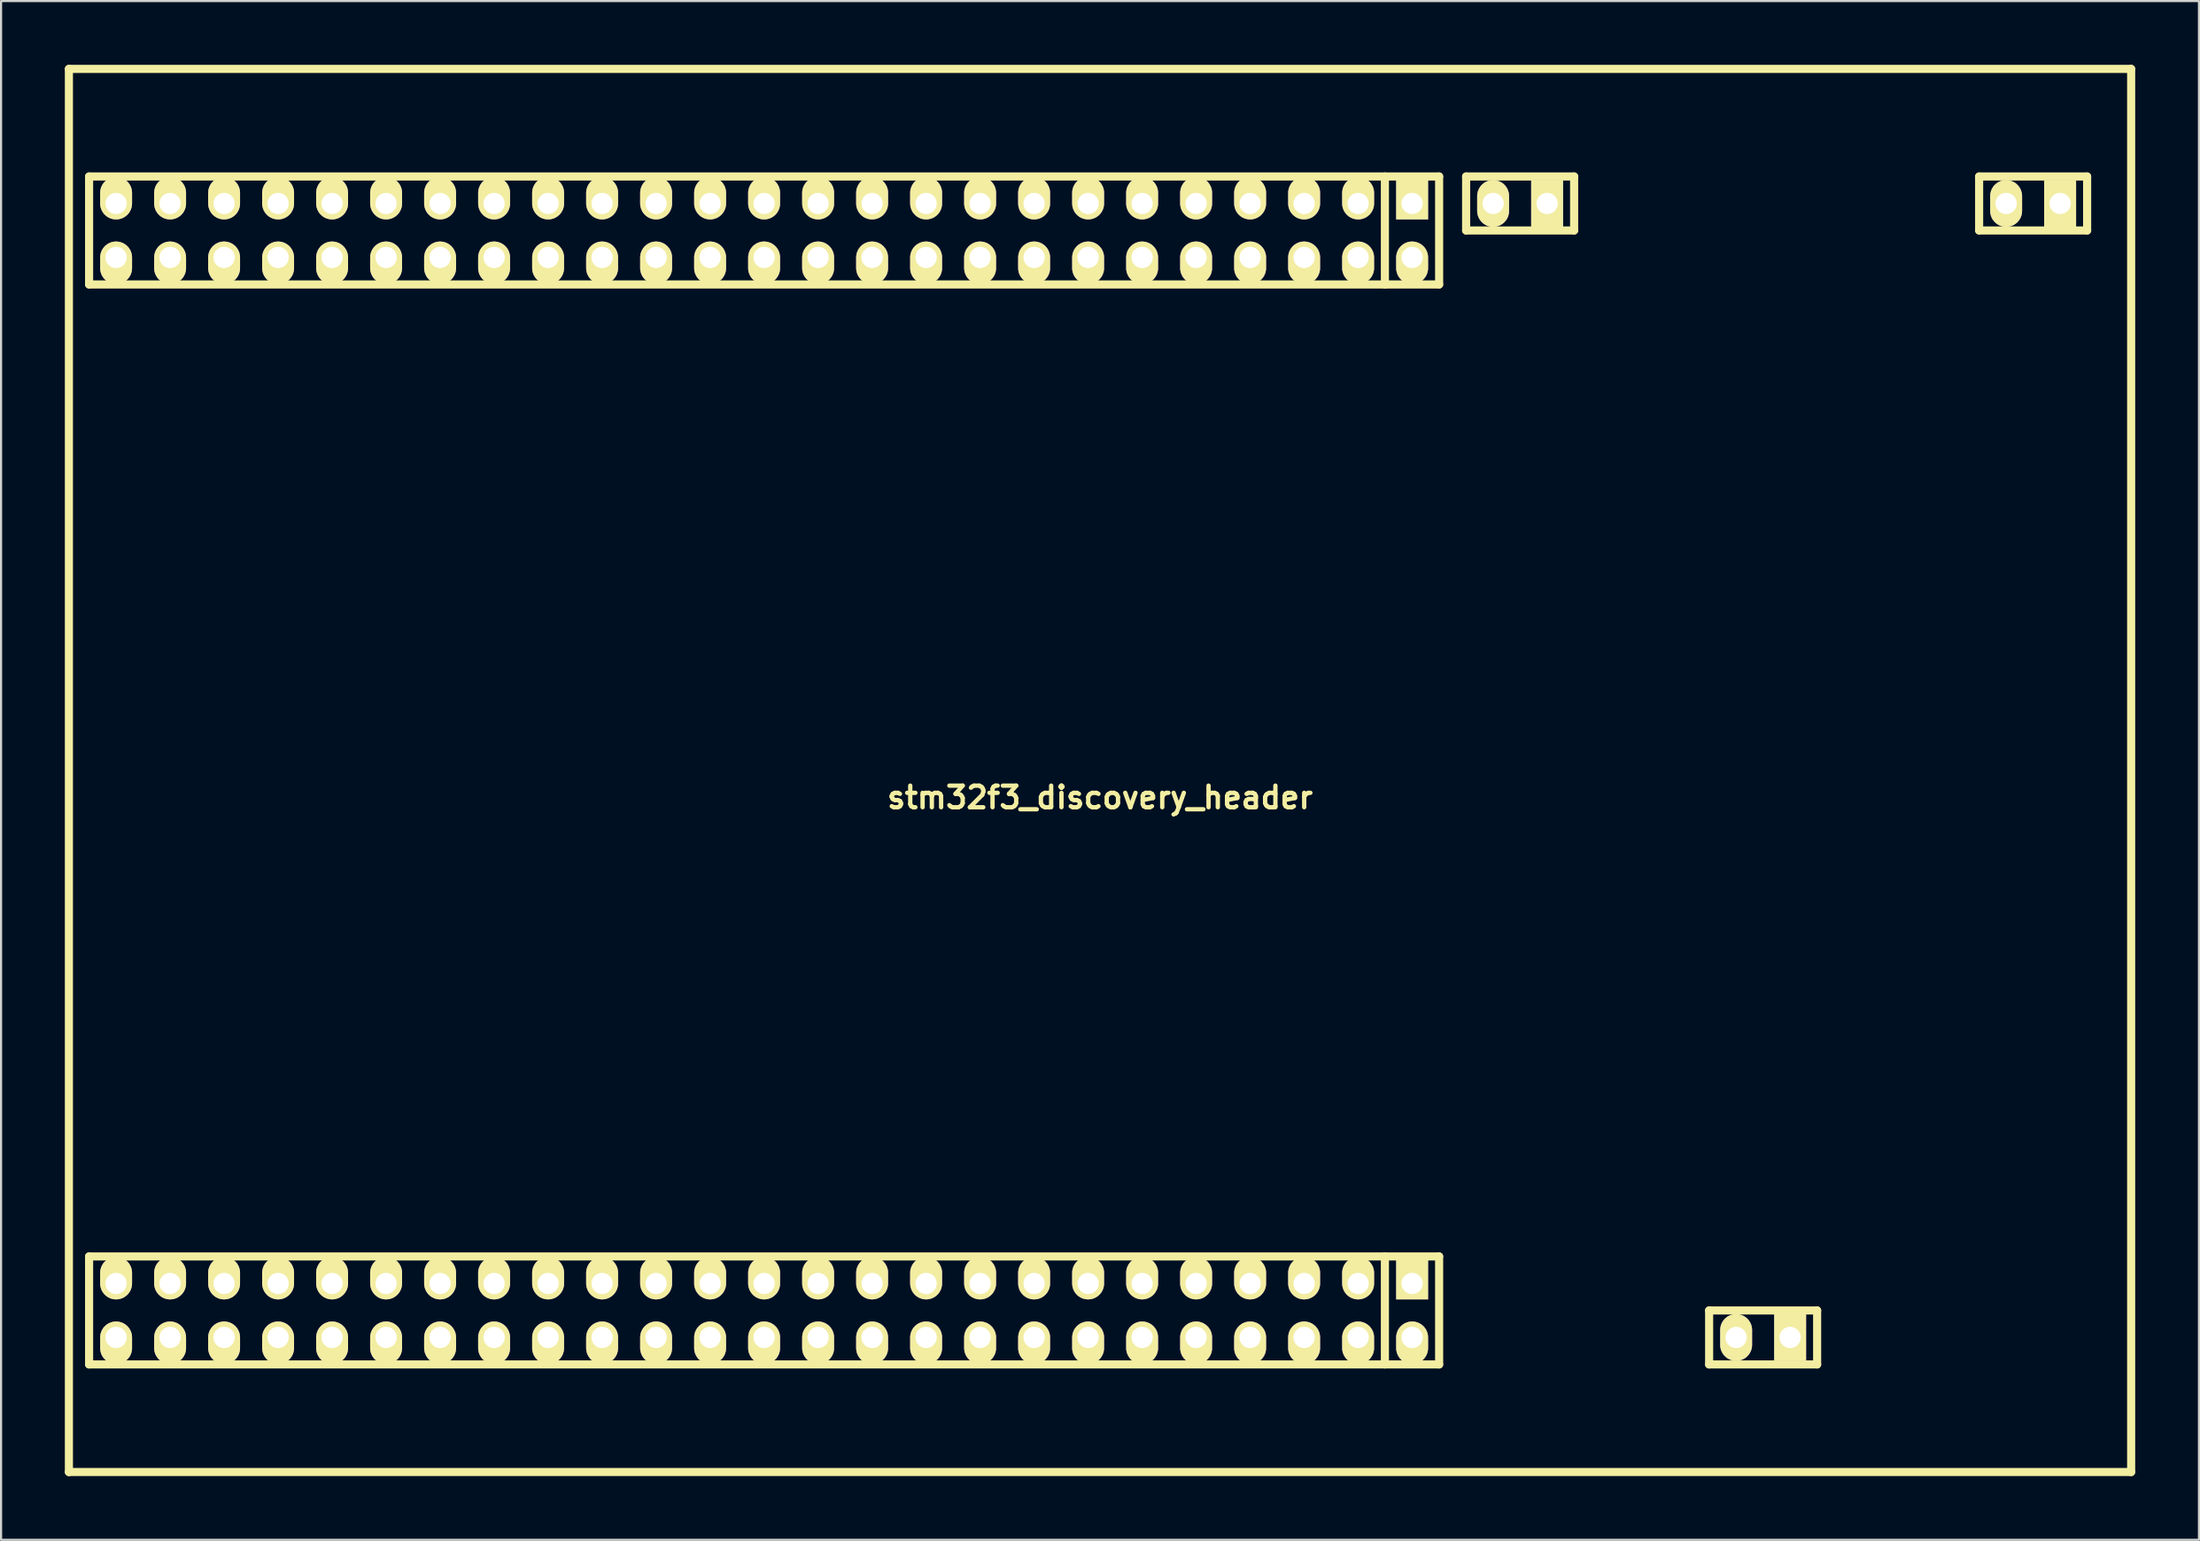
<source format=kicad_pcb>
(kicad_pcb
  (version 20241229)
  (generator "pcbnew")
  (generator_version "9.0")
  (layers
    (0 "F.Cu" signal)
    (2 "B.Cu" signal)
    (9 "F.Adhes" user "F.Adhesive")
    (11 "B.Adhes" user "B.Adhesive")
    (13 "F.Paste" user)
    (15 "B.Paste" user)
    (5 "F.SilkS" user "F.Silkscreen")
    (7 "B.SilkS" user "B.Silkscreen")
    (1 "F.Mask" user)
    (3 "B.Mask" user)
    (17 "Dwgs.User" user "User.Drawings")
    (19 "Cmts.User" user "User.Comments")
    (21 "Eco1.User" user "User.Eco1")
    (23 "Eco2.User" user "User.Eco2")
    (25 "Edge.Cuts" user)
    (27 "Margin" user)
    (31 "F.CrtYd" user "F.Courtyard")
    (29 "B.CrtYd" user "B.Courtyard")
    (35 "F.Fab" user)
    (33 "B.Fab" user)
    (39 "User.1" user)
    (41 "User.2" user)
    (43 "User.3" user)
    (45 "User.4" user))
  (footprint "stm32f3_discovery_header"
    (layer "F.Cu")
    (at 48.691 33.191)
    (property "Reference" "stm32f3_discovery_header" (at 0 1.27 0) (layer "F.SilkS") (effects (font (size 1.016 1.016) (thickness 0.203))))
    (attr through_hole)
    (fp_line (start -48.5 33) (end -48.5 -33) (stroke (width 0.381) (type solid)) (layer "F.SilkS"))
    (fp_line (start -48.5 33) (end 48.5 33) (stroke (width 0.381) (type solid)) (layer "F.SilkS"))
    (fp_line (start -47.55 -27.94) (end -47.55 -22.86) (stroke (width 0.381) (type solid)) (layer "F.SilkS"))
    (fp_line (start -47.55 -27.94) (end 15.95 -27.94) (stroke (width 0.381) (type solid)) (layer "F.SilkS"))
    (fp_line (start -47.55 -22.86) (end 15.95 -22.86) (stroke (width 0.381) (type solid)) (layer "F.SilkS"))
    (fp_line (start -47.55 22.86) (end -47.55 27.94) (stroke (width 0.381) (type solid)) (layer "F.SilkS"))
    (fp_line (start -47.55 22.86) (end 15.95 22.86) (stroke (width 0.381) (type solid)) (layer "F.SilkS"))
    (fp_line (start -47.55 27.94) (end 15.95 27.94) (stroke (width 0.381) (type solid)) (layer "F.SilkS"))
    (fp_line (start 13.399 -27.94) (end 13.399 -22.86) (stroke (width 0.381) (type solid)) (layer "F.SilkS"))
    (fp_line (start 13.399 22.86) (end 13.399 27.94) (stroke (width 0.381) (type solid)) (layer "F.SilkS"))
    (fp_line (start 15.95 -27.94) (end 15.95 -22.86) (stroke (width 0.381) (type solid)) (layer "F.SilkS"))
    (fp_line (start 15.95 22.86) (end 15.95 27.94) (stroke (width 0.381) (type solid)) (layer "F.SilkS"))
    (fp_line (start 17.22 -27.94) (end 17.22 -25.4) (stroke (width 0.381) (type solid)) (layer "F.SilkS"))
    (fp_line (start 17.22 -25.4) (end 22.3 -25.4) (stroke (width 0.381) (type solid)) (layer "F.SilkS"))
    (fp_line (start 22.3 -27.94) (end 17.22 -27.94) (stroke (width 0.381) (type solid)) (layer "F.SilkS"))
    (fp_line (start 22.3 -25.4) (end 22.3 -27.94) (stroke (width 0.381) (type solid)) (layer "F.SilkS"))
    (fp_line (start 28.65 25.4) (end 28.65 27.94) (stroke (width 0.381) (type solid)) (layer "F.SilkS"))
    (fp_line (start 28.65 27.94) (end 33.73 27.94) (stroke (width 0.381) (type solid)) (layer "F.SilkS"))
    (fp_line (start 33.73 25.4) (end 28.65 25.4) (stroke (width 0.381) (type solid)) (layer "F.SilkS"))
    (fp_line (start 33.73 27.94) (end 33.73 25.4) (stroke (width 0.381) (type solid)) (layer "F.SilkS"))
    (fp_line (start 41.35 -27.94) (end 41.35 -25.4) (stroke (width 0.381) (type solid)) (layer "F.SilkS"))
    (fp_line (start 41.35 -25.4) (end 46.43 -25.4) (stroke (width 0.381) (type solid)) (layer "F.SilkS"))
    (fp_line (start 46.43 -27.94) (end 41.35 -27.94) (stroke (width 0.381) (type solid)) (layer "F.SilkS"))
    (fp_line (start 46.43 -25.4) (end 46.43 -27.94) (stroke (width 0.381) (type solid)) (layer "F.SilkS"))
    (fp_line (start 48.5 -33) (end -48.5 -33) (stroke (width 0.381) (type solid)) (layer "F.SilkS"))
    (fp_line (start 48.5 33) (end 48.5 -33) (stroke (width 0.381) (type solid)) (layer "F.SilkS"))
    (pad "1" thru_hole rect (at 14.68 -26.67) (size 1.5 2) (drill 1.001 (offset 0 -0.25)) (layers "*.Cu" "*.Mask" "F.SilkS"))
    (pad "2" thru_hole oval (at 14.68 -24.13) (size 1.5 2) (drill 1.001 (offset 0 0.25)) (layers "*.Cu" "*.Mask" "F.SilkS"))
    (pad "3" thru_hole oval (at 12.14 -26.67) (size 1.5 2) (drill 0.998 (offset 0 -0.25)) (layers "*.Cu" "*.Mask" "F.SilkS"))
    (pad "3" thru_hole oval (at 42.62 -26.67) (size 1.5 2.2) (drill 1.001) (layers "*.Cu" "*.Mask" "F.SilkS"))
    (pad "3" thru_hole rect (at 45.16 -26.67) (size 1.5 2.2) (drill 1.001) (layers "*.Cu" "*.Mask" "F.SilkS"))
    (pad "4" thru_hole oval (at 12.14 -24.13) (size 1.5 2) (drill 1.001 (offset 0 0.25)) (layers "*.Cu" "*.Mask" "F.SilkS"))
    (pad "5" thru_hole oval (at 9.6 -26.67) (size 1.5 2) (drill 0.998 (offset 0 -0.25)) (layers "*.Cu" "*.Mask" "F.SilkS"))
    (pad "6" thru_hole oval (at 9.6 -24.13) (size 1.5 2) (drill 1.001 (offset 0 0.25)) (layers "*.Cu" "*.Mask" "F.SilkS"))
    (pad "7" thru_hole oval (at 7.06 -26.67) (size 1.5 2) (drill 0.998 (offset 0 -0.25)) (layers "*.Cu" "*.Mask" "F.SilkS"))
    (pad "8" thru_hole oval (at 7.06 -24.13) (size 1.5 2) (drill 1.001 (offset 0 0.25)) (layers "*.Cu" "*.Mask" "F.SilkS"))
    (pad "9" thru_hole oval (at 4.52 -26.67) (size 1.5 2) (drill 0.998 (offset 0 -0.25)) (layers "*.Cu" "*.Mask" "F.SilkS"))
    (pad "10" thru_hole oval (at 4.52 -24.13) (size 1.5 2) (drill 1.001 (offset 0 0.25)) (layers "*.Cu" "*.Mask" "F.SilkS"))
    (pad "11" thru_hole oval (at 1.98 -26.67) (size 1.5 2) (drill 0.998 (offset 0 -0.25)) (layers "*.Cu" "*.Mask" "F.SilkS"))
    (pad "12" thru_hole oval (at 1.98 -24.13) (size 1.5 2) (drill 1.001 (offset 0 0.25)) (layers "*.Cu" "*.Mask" "F.SilkS"))
    (pad "13" thru_hole oval (at -0.56 -26.67) (size 1.5 2) (drill 0.998 (offset 0 -0.25)) (layers "*.Cu" "*.Mask" "F.SilkS"))
    (pad "14" thru_hole oval (at -0.56 -24.13) (size 1.5 2) (drill 1.001 (offset 0 0.25)) (layers "*.Cu" "*.Mask" "F.SilkS"))
    (pad "15" thru_hole oval (at -3.1 -26.67) (size 1.5 2) (drill 0.998 (offset 0 -0.25)) (layers "*.Cu" "*.Mask" "F.SilkS"))
    (pad "16" thru_hole oval (at -3.1 -24.13) (size 1.5 2) (drill 1.001 (offset 0 0.25)) (layers "*.Cu" "*.Mask" "F.SilkS"))
    (pad "17" thru_hole oval (at -5.64 -26.67) (size 1.5 2) (drill 0.998 (offset 0 -0.25)) (layers "*.Cu" "*.Mask" "F.SilkS"))
    (pad "18" thru_hole oval (at -5.64 -24.13) (size 1.5 2) (drill 1.001 (offset 0 0.25)) (layers "*.Cu" "*.Mask" "F.SilkS"))
    (pad "19" thru_hole oval (at -8.18 -26.67) (size 1.5 2) (drill 0.998 (offset 0 -0.25)) (layers "*.Cu" "*.Mask" "F.SilkS"))
    (pad "20" thru_hole oval (at -8.18 -24.13) (size 1.5 2) (drill 1.001 (offset 0 0.25)) (layers "*.Cu" "*.Mask" "F.SilkS"))
    (pad "21" thru_hole oval (at -10.72 -26.67) (size 1.5 2) (drill 0.998 (offset 0 -0.25)) (layers "*.Cu" "*.Mask" "F.SilkS"))
    (pad "22" thru_hole oval (at -10.72 -24.13) (size 1.5 2) (drill 1.001 (offset 0 0.25)) (layers "*.Cu" "*.Mask" "F.SilkS"))
    (pad "23" thru_hole oval (at -13.26 -26.67) (size 1.5 2) (drill 0.998 (offset 0 -0.25)) (layers "*.Cu" "*.Mask" "F.SilkS"))
    (pad "24" thru_hole oval (at -13.26 -24.13) (size 1.5 2) (drill 1.001 (offset 0 0.25)) (layers "*.Cu" "*.Mask" "F.SilkS"))
    (pad "25" thru_hole oval (at -15.8 -26.67) (size 1.5 2) (drill 0.998 (offset 0 -0.25)) (layers "*.Cu" "*.Mask" "F.SilkS"))
    (pad "26" thru_hole oval (at -15.8 -24.13) (size 1.5 2) (drill 1.001 (offset 0 0.25)) (layers "*.Cu" "*.Mask" "F.SilkS"))
    (pad "27" thru_hole oval (at -18.34 -26.67) (size 1.5 2) (drill 0.998 (offset 0 -0.25)) (layers "*.Cu" "*.Mask" "F.SilkS"))
    (pad "28" thru_hole oval (at -18.34 -24.13) (size 1.5 2) (drill 1.001 (offset 0 0.25)) (layers "*.Cu" "*.Mask" "F.SilkS"))
    (pad "29" thru_hole oval (at -20.88 -26.67) (size 1.5 2) (drill 0.998 (offset 0 -0.25)) (layers "*.Cu" "*.Mask" "F.SilkS"))
    (pad "30" thru_hole oval (at -20.88 -24.13) (size 1.5 2) (drill 1.001 (offset 0 0.25)) (layers "*.Cu" "*.Mask" "F.SilkS"))
    (pad "31" thru_hole oval (at -23.42 -26.67) (size 1.5 2) (drill 0.998 (offset 0 -0.25)) (layers "*.Cu" "*.Mask" "F.SilkS"))
    (pad "32" thru_hole oval (at -23.42 -24.13) (size 1.5 2) (drill 1.001 (offset 0 0.25)) (layers "*.Cu" "*.Mask" "F.SilkS"))
    (pad "33" thru_hole oval (at -25.96 -26.67) (size 1.5 2) (drill 0.998 (offset 0 -0.25)) (layers "*.Cu" "*.Mask" "F.SilkS"))
    (pad "34" thru_hole oval (at -25.96 -24.13) (size 1.5 2) (drill 1.001 (offset 0 0.25)) (layers "*.Cu" "*.Mask" "F.SilkS"))
    (pad "35" thru_hole oval (at -28.5 -26.67) (size 1.5 2) (drill 0.998 (offset 0 -0.25)) (layers "*.Cu" "*.Mask" "F.SilkS"))
    (pad "36" thru_hole oval (at -28.5 -24.13) (size 1.5 2) (drill 1.001 (offset 0 0.25)) (layers "*.Cu" "*.Mask" "F.SilkS"))
    (pad "37" thru_hole oval (at -31.04 -26.67) (size 1.5 2) (drill 0.998 (offset 0 -0.25)) (layers "*.Cu" "*.Mask" "F.SilkS"))
    (pad "38" thru_hole oval (at -31.04 -24.13) (size 1.5 2) (drill 1.001 (offset 0 0.25)) (layers "*.Cu" "*.Mask" "F.SilkS"))
    (pad "39" thru_hole oval (at -33.58 -26.67) (size 1.5 2) (drill 0.998 (offset 0 -0.25)) (layers "*.Cu" "*.Mask" "F.SilkS"))
    (pad "40" thru_hole oval (at -33.58 -24.13) (size 1.5 2) (drill 1.001 (offset 0 0.25)) (layers "*.Cu" "*.Mask" "F.SilkS"))
    (pad "41" thru_hole oval (at -36.12 -26.67) (size 1.5 2) (drill 0.998 (offset 0 -0.25)) (layers "*.Cu" "*.Mask" "F.SilkS"))
    (pad "42" thru_hole oval (at -36.12 -24.13) (size 1.5 2) (drill 1.001 (offset 0 0.25)) (layers "*.Cu" "*.Mask" "F.SilkS"))
    (pad "43" thru_hole oval (at -38.66 -26.67) (size 1.5 2) (drill 0.998 (offset 0 -0.25)) (layers "*.Cu" "*.Mask" "F.SilkS"))
    (pad "44" thru_hole oval (at -38.66 -24.13) (size 1.5 2) (drill 1.001 (offset 0 0.25)) (layers "*.Cu" "*.Mask" "F.SilkS"))
    (pad "45" thru_hole oval (at -41.2 -26.67) (size 1.5 2) (drill 0.998 (offset 0 -0.25)) (layers "*.Cu" "*.Mask" "F.SilkS"))
    (pad "46" thru_hole oval (at -41.2 -24.13) (size 1.5 2) (drill 1.001 (offset 0 0.25)) (layers "*.Cu" "*.Mask" "F.SilkS"))
    (pad "47" thru_hole oval (at -43.74 -26.67) (size 1.5 2) (drill 0.998 (offset 0 -0.25)) (layers "*.Cu" "*.Mask" "F.SilkS"))
    (pad "48" thru_hole oval (at -43.74 -24.13) (size 1.5 2) (drill 1.001 (offset 0 0.25)) (layers "*.Cu" "*.Mask" "F.SilkS"))
    (pad "49" thru_hole oval (at -46.28 -26.67) (size 1.5 2) (drill 0.998 (offset 0 -0.25)) (layers "*.Cu" "*.Mask" "F.SilkS"))
    (pad "49" thru_hole rect (at 21.03 -26.67) (size 1.5 2.2) (drill 1.001) (layers "*.Cu" "*.Mask" "F.SilkS"))
    (pad "50" thru_hole oval (at -46.28 -24.13) (size 1.5 2) (drill 1.001 (offset 0 0.25)) (layers "*.Cu" "*.Mask" "F.SilkS"))
    (pad "50" thru_hole oval (at 18.49 -26.67) (size 1.5 2.2) (drill 1.001) (layers "*.Cu" "*.Mask" "F.SilkS"))
    (pad "51" thru_hole oval (at -46.28 24.13) (size 1.5 2) (drill 0.998 (offset 0 -0.25)) (layers "*.Cu" "*.Mask" "F.SilkS"))
    (pad "51" thru_hole rect (at 32.46 26.67) (size 1.5 2.2) (drill 1.001) (layers "*.Cu" "*.Mask" "F.SilkS"))
    (pad "52" thru_hole oval (at -46.28 26.67) (size 1.5 2) (drill 1.001 (offset 0 0.25)) (layers "*.Cu" "*.Mask" "F.SilkS"))
    (pad "52" thru_hole oval (at 29.92 26.67) (size 1.5 2.2) (drill 1.001) (layers "*.Cu" "*.Mask" "F.SilkS"))
    (pad "53" thru_hole oval (at -43.74 24.13) (size 1.5 2) (drill 0.998 (offset 0 -0.25)) (layers "*.Cu" "*.Mask" "F.SilkS"))
    (pad "54" thru_hole oval (at -43.74 26.67) (size 1.5 2) (drill 1.001 (offset 0 0.25)) (layers "*.Cu" "*.Mask" "F.SilkS"))
    (pad "55" thru_hole oval (at -41.2 24.13) (size 1.5 2) (drill 0.998 (offset 0 -0.25)) (layers "*.Cu" "*.Mask" "F.SilkS"))
    (pad "56" thru_hole oval (at -41.2 26.67) (size 1.5 2) (drill 1.001 (offset 0 0.25)) (layers "*.Cu" "*.Mask" "F.SilkS"))
    (pad "57" thru_hole oval (at -38.66 24.13) (size 1.5 2) (drill 0.998 (offset 0 -0.25)) (layers "*.Cu" "*.Mask" "F.SilkS"))
    (pad "58" thru_hole oval (at -38.66 26.67) (size 1.5 2) (drill 1.001 (offset 0 0.25)) (layers "*.Cu" "*.Mask" "F.SilkS"))
    (pad "59" thru_hole oval (at -36.12 24.13) (size 1.5 2) (drill 0.998 (offset 0 -0.25)) (layers "*.Cu" "*.Mask" "F.SilkS"))
    (pad "60" thru_hole oval (at -36.12 26.67) (size 1.5 2) (drill 1.001 (offset 0 0.25)) (layers "*.Cu" "*.Mask" "F.SilkS"))
    (pad "61" thru_hole oval (at -33.58 24.13) (size 1.5 2) (drill 0.998 (offset 0 -0.25)) (layers "*.Cu" "*.Mask" "F.SilkS"))
    (pad "62" thru_hole oval (at -33.58 26.67) (size 1.5 2) (drill 1.001 (offset 0 0.25)) (layers "*.Cu" "*.Mask" "F.SilkS"))
    (pad "63" thru_hole oval (at -31.04 24.13) (size 1.5 2) (drill 0.998 (offset 0 -0.25)) (layers "*.Cu" "*.Mask" "F.SilkS"))
    (pad "64" thru_hole oval (at -31.04 26.67) (size 1.5 2) (drill 1.001 (offset 0 0.25)) (layers "*.Cu" "*.Mask" "F.SilkS"))
    (pad "65" thru_hole oval (at -28.5 24.13) (size 1.5 2) (drill 0.998 (offset 0 -0.25)) (layers "*.Cu" "*.Mask" "F.SilkS"))
    (pad "66" thru_hole oval (at -28.5 26.67) (size 1.5 2) (drill 1.001 (offset 0 0.25)) (layers "*.Cu" "*.Mask" "F.SilkS"))
    (pad "67" thru_hole oval (at -25.96 24.13) (size 1.5 2) (drill 0.998 (offset 0 -0.25)) (layers "*.Cu" "*.Mask" "F.SilkS"))
    (pad "68" thru_hole oval (at -25.96 26.67) (size 1.5 2) (drill 1.001 (offset 0 0.25)) (layers "*.Cu" "*.Mask" "F.SilkS"))
    (pad "69" thru_hole oval (at -23.42 24.13) (size 1.5 2) (drill 0.998 (offset 0 -0.25)) (layers "*.Cu" "*.Mask" "F.SilkS"))
    (pad "70" thru_hole oval (at -23.42 26.67) (size 1.5 2) (drill 1.001 (offset 0 0.25)) (layers "*.Cu" "*.Mask" "F.SilkS"))
    (pad "71" thru_hole oval (at -20.88 24.13) (size 1.5 2) (drill 0.998 (offset 0 -0.25)) (layers "*.Cu" "*.Mask" "F.SilkS"))
    (pad "72" thru_hole oval (at -20.88 26.67) (size 1.5 2) (drill 1.001 (offset 0 0.25)) (layers "*.Cu" "*.Mask" "F.SilkS"))
    (pad "73" thru_hole oval (at -18.34 24.13) (size 1.5 2) (drill 0.998 (offset 0 -0.25)) (layers "*.Cu" "*.Mask" "F.SilkS"))
    (pad "74" thru_hole oval (at -18.34 26.67) (size 1.5 2) (drill 1.001 (offset 0 0.25)) (layers "*.Cu" "*.Mask" "F.SilkS"))
    (pad "75" thru_hole oval (at -15.8 24.13) (size 1.5 2) (drill 0.998 (offset 0 -0.25)) (layers "*.Cu" "*.Mask" "F.SilkS"))
    (pad "76" thru_hole oval (at -15.8 26.67) (size 1.5 2) (drill 1.001 (offset 0 0.25)) (layers "*.Cu" "*.Mask" "F.SilkS"))
    (pad "77" thru_hole oval (at -13.26 24.13) (size 1.5 2) (drill 0.998 (offset 0 -0.25)) (layers "*.Cu" "*.Mask" "F.SilkS"))
    (pad "78" thru_hole oval (at -13.26 26.67) (size 1.5 2) (drill 1.001 (offset 0 0.25)) (layers "*.Cu" "*.Mask" "F.SilkS"))
    (pad "79" thru_hole oval (at -10.72 24.13) (size 1.5 2) (drill 0.998 (offset 0 -0.25)) (layers "*.Cu" "*.Mask" "F.SilkS"))
    (pad "80" thru_hole oval (at -10.72 26.67) (size 1.5 2) (drill 1.001 (offset 0 0.25)) (layers "*.Cu" "*.Mask" "F.SilkS"))
    (pad "81" thru_hole oval (at -8.18 24.13) (size 1.5 2) (drill 0.998 (offset 0 -0.25)) (layers "*.Cu" "*.Mask" "F.SilkS"))
    (pad "82" thru_hole oval (at -8.18 26.67) (size 1.5 2) (drill 1.001 (offset 0 0.25)) (layers "*.Cu" "*.Mask" "F.SilkS"))
    (pad "83" thru_hole oval (at -5.64 24.13) (size 1.5 2) (drill 0.998 (offset 0 -0.25)) (layers "*.Cu" "*.Mask" "F.SilkS"))
    (pad "84" thru_hole oval (at -5.64 26.67) (size 1.5 2) (drill 1.001 (offset 0 0.25)) (layers "*.Cu" "*.Mask" "F.SilkS"))
    (pad "85" thru_hole oval (at -3.1 24.13) (size 1.5 2) (drill 0.998 (offset 0 -0.25)) (layers "*.Cu" "*.Mask" "F.SilkS"))
    (pad "86" thru_hole oval (at -3.1 26.67) (size 1.5 2) (drill 1.001 (offset 0 0.25)) (layers "*.Cu" "*.Mask" "F.SilkS"))
    (pad "87" thru_hole oval (at -0.56 24.13) (size 1.5 2) (drill 0.998 (offset 0 -0.25)) (layers "*.Cu" "*.Mask" "F.SilkS"))
    (pad "88" thru_hole oval (at -0.56 26.67) (size 1.5 2) (drill 1.001 (offset 0 0.25)) (layers "*.Cu" "*.Mask" "F.SilkS"))
    (pad "89" thru_hole oval (at 1.98 24.13) (size 1.5 2) (drill 0.998 (offset 0 -0.25)) (layers "*.Cu" "*.Mask" "F.SilkS"))
    (pad "90" thru_hole oval (at 1.98 26.67) (size 1.5 2) (drill 1.001 (offset 0 0.25)) (layers "*.Cu" "*.Mask" "F.SilkS"))
    (pad "91" thru_hole oval (at 4.52 24.13) (size 1.5 2) (drill 0.998 (offset 0 -0.25)) (layers "*.Cu" "*.Mask" "F.SilkS"))
    (pad "92" thru_hole oval (at 4.52 26.67) (size 1.5 2) (drill 1.001 (offset 0 0.25)) (layers "*.Cu" "*.Mask" "F.SilkS"))
    (pad "93" thru_hole oval (at 7.06 24.13) (size 1.5 2) (drill 0.998 (offset 0 -0.25)) (layers "*.Cu" "*.Mask" "F.SilkS"))
    (pad "94" thru_hole oval (at 7.06 26.67) (size 1.5 2) (drill 1.001 (offset 0 0.25)) (layers "*.Cu" "*.Mask" "F.SilkS"))
    (pad "95" thru_hole oval (at 9.6 24.13) (size 1.5 2) (drill 0.998 (offset 0 -0.25)) (layers "*.Cu" "*.Mask" "F.SilkS"))
    (pad "96" thru_hole oval (at 9.6 26.67) (size 1.5 2) (drill 1.001 (offset 0 0.25)) (layers "*.Cu" "*.Mask" "F.SilkS"))
    (pad "97" thru_hole oval (at 12.14 24.13) (size 1.5 2) (drill 0.998 (offset 0 -0.25)) (layers "*.Cu" "*.Mask" "F.SilkS"))
    (pad "98" thru_hole oval (at 12.14 26.67) (size 1.5 2) (drill 1.001 (offset 0 0.25)) (layers "*.Cu" "*.Mask" "F.SilkS"))
    (pad "99" thru_hole rect (at 14.68 24.13) (size 1.5 2) (drill 1.001 (offset 0 -0.25)) (layers "*.Cu" "*.Mask" "F.SilkS"))
    (pad "100" thru_hole oval (at 14.68 26.67) (size 1.5 2) (drill 1.001 (offset 0 0.25)) (layers "*.Cu" "*.Mask" "F.SilkS")))
  (gr_rect
    (start -3 -3)
    (end 100.381 69.381)
    (stroke (width 0.1) (type default))
    (fill no)
    (layer "Edge.Cuts")))
</source>
